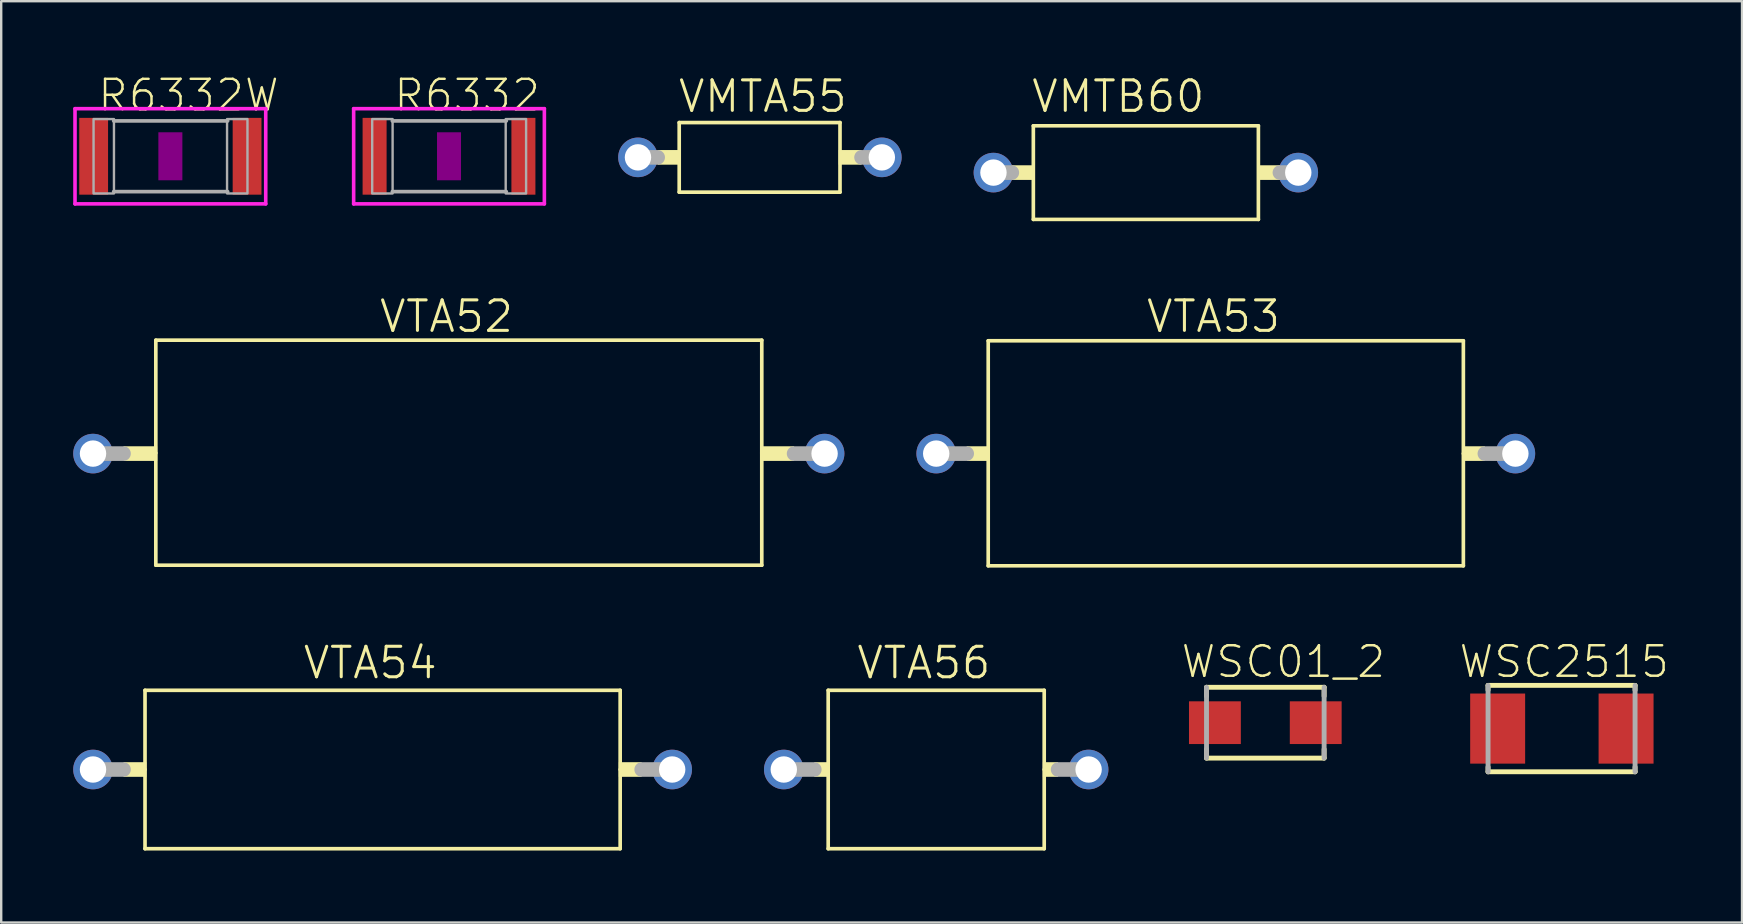
<source format=kicad_pcb>
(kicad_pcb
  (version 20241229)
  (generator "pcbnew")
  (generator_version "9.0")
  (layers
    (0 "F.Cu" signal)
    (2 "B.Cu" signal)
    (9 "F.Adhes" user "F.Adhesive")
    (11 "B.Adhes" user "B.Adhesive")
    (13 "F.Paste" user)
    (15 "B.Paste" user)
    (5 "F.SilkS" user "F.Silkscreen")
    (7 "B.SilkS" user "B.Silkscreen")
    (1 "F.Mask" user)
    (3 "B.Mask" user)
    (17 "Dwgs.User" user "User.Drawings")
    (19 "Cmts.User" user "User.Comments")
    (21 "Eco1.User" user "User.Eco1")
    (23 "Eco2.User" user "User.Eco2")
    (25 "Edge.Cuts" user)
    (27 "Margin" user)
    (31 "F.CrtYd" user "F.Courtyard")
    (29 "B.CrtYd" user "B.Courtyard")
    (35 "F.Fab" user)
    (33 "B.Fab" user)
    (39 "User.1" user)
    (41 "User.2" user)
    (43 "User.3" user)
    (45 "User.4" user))
  (footprint "VTA53"
    (layer "F.Cu")
    (at 48.02 15.848)
    (property "Reference" "VTA53" (at -0.514 -5.715 0) (layer "F.SilkS") (effects (font (size 1.27 1.27) (thickness 0.127))))
    (attr through_hole)
    (fp_line (start -9.898 -4.7) (end -9.898 0) (stroke (width 0.152) (type solid)) (layer "F.SilkS"))
    (fp_line (start -9.898 0) (end -9.898 4.675) (stroke (width 0.152) (type solid)) (layer "F.SilkS"))
    (fp_line (start -9.898 4.675) (end 9.898 4.675) (stroke (width 0.152) (type solid)) (layer "F.SilkS"))
    (fp_line (start 9.898 -4.7) (end -9.898 -4.7) (stroke (width 0.152) (type solid)) (layer "F.SilkS"))
    (fp_line (start 9.898 0) (end 9.898 -4.7) (stroke (width 0.152) (type solid)) (layer "F.SilkS"))
    (fp_line (start 9.898 4.675) (end 9.898 0) (stroke (width 0.152) (type solid)) (layer "F.SilkS"))
    (fp_poly (pts (xy -10.795 -0.305) (xy -9.842 -0.305) (xy -9.842 0.305) (xy -10.795 0.305)) (stroke (width 0) (type solid)) (fill yes) (layer "F.SilkS"))
    (fp_poly (pts (xy 9.842 -0.305) (xy 10.795 -0.305) (xy 10.795 0.305) (xy 9.842 0.305)) (stroke (width 0) (type solid)) (fill yes) (layer "F.SilkS"))
    (fp_line (start -12.065 0) (end -10.795 0) (stroke (width 0.61) (type solid)) (layer "F.Fab"))
    (fp_line (start 10.795 0) (end 12.065 0) (stroke (width 0.61) (type solid)) (layer "F.Fab"))
    (pad "1" thru_hole circle (at -12.065 0) (size 1.65 1.65) (drill 1.1) (layers "*.Cu" "*.Mask"))
    (pad "2" thru_hole circle (at 12.065 0) (size 1.65 1.65) (drill 1.1) (layers "*.Cu" "*.Mask")))
  (footprint "R6332"
    (layer "F.Cu")
    (at 15.657 3.461)
    (property "Reference" "R6332" (at 0.756 -2.54 0) (layer "F.SilkS") (effects (font (size 1.27 1.27) (thickness 0.102))))
    (attr through_hole)
    (fp_poly (pts (xy -0.5 -1) (xy 0.5 -1) (xy 0.5 1) (xy -0.5 1)) (stroke (width 0) (type solid)) (fill yes) (layer "F.Adhes"))
    (fp_line (start -3.973 -1.983) (end 3.973 -1.983) (stroke (width 0.15) (type solid)) (layer "F.CrtYd"))
    (fp_line (start -3.973 1.983) (end -3.973 -1.983) (stroke (width 0.15) (type solid)) (layer "F.CrtYd"))
    (fp_line (start 3.973 -1.983) (end 3.973 1.983) (stroke (width 0.15) (type solid)) (layer "F.CrtYd"))
    (fp_line (start 3.973 1.983) (end -3.973 1.983) (stroke (width 0.15) (type solid)) (layer "F.CrtYd"))
    (fp_line (start -2.362 -1.473) (end 2.387 -1.473) (stroke (width 0.152) (type solid)) (layer "F.Fab"))
    (fp_line (start -2.362 1.473) (end 2.387 1.473) (stroke (width 0.152) (type solid)) (layer "F.Fab"))
    (fp_poly (pts (xy -3.2 -1.551) (xy -2.35 -1.551) (xy -2.35 1.549) (xy -3.2 1.549)) (stroke (width 0.1) (type solid)) (fill no) (layer "F.Fab"))
    (fp_poly (pts (xy 2.362 -1.551) (xy 3.212 -1.551) (xy 3.212 1.549) (xy 2.362 1.549)) (stroke (width 0.1) (type solid)) (fill no) (layer "F.Fab"))
    (pad "1" smd rect (at -3.1 0) (size 1 3.2) (layers "F.Cu" "F.Mask" "F.Paste"))
    (pad "2" smd rect (at 3.1 0) (size 1 3.2) (layers "F.Cu" "F.Mask" "F.Paste")))
  (footprint "VTA52"
    (layer "F.Cu")
    (at 16.065 15.848)
    (property "Reference" "VTA52" (at -0.514 -5.715 0) (layer "F.SilkS") (effects (font (size 1.27 1.27) (thickness 0.127))))
    (attr through_hole)
    (fp_line (start -12.623 -4.725) (end -12.623 -0.025) (stroke (width 0.152) (type solid)) (layer "F.SilkS"))
    (fp_line (start -12.623 -0.025) (end -12.623 4.65) (stroke (width 0.152) (type solid)) (layer "F.SilkS"))
    (fp_line (start -12.623 4.65) (end 12.623 4.65) (stroke (width 0.152) (type solid)) (layer "F.SilkS"))
    (fp_line (start 12.623 -4.725) (end -12.623 -4.725) (stroke (width 0.152) (type solid)) (layer "F.SilkS"))
    (fp_line (start 12.623 -0.025) (end 12.623 -4.725) (stroke (width 0.152) (type solid)) (layer "F.SilkS"))
    (fp_line (start 12.623 4.65) (end 12.623 -0.025) (stroke (width 0.152) (type solid)) (layer "F.SilkS"))
    (fp_poly (pts (xy -13.97 -0.305) (xy -12.568 -0.305) (xy -12.568 0.305) (xy -13.97 0.305)) (stroke (width 0) (type solid)) (fill yes) (layer "F.SilkS"))
    (fp_poly (pts (xy 12.568 -0.305) (xy 13.97 -0.305) (xy 13.97 0.305) (xy 12.568 0.305)) (stroke (width 0) (type solid)) (fill yes) (layer "F.SilkS"))
    (fp_line (start -15.24 0) (end -13.97 0) (stroke (width 0.61) (type solid)) (layer "F.Fab"))
    (fp_line (start 13.97 0) (end 15.24 0) (stroke (width 0.61) (type solid)) (layer "F.Fab"))
    (pad "1" thru_hole circle (at -15.24 0) (size 1.65 1.65) (drill 1.1) (layers "*.Cu" "*.Mask"))
    (pad "2" thru_hole circle (at 15.24 0) (size 1.65 1.65) (drill 1.1) (layers "*.Cu" "*.Mask")))
  (footprint "VMTB60"
    (layer "F.Cu")
    (at 44.69 4.141)
    (property "Reference" "VMTB60" (at -1.149 -3.175 0) (layer "F.SilkS") (effects (font (size 1.27 1.27) (thickness 0.127))))
    (attr through_hole)
    (fp_line (start -4.688 -1.95) (end -4.688 1.95) (stroke (width 0.152) (type solid)) (layer "F.SilkS"))
    (fp_line (start -4.688 1.95) (end 4.688 1.95) (stroke (width 0.152) (type solid)) (layer "F.SilkS"))
    (fp_line (start 4.688 -1.95) (end -4.688 -1.95) (stroke (width 0.152) (type solid)) (layer "F.SilkS"))
    (fp_line (start 4.688 1.95) (end 4.688 -1.95) (stroke (width 0.152) (type solid)) (layer "F.SilkS"))
    (fp_poly (pts (xy -5.585 -0.305) (xy -4.633 -0.305) (xy -4.633 0.305) (xy -5.585 0.305)) (stroke (width 0) (type solid)) (fill yes) (layer "F.SilkS"))
    (fp_poly (pts (xy 4.633 -0.305) (xy 5.585 -0.305) (xy 5.585 0.305) (xy 4.633 0.305)) (stroke (width 0) (type solid)) (fill yes) (layer "F.SilkS"))
    (fp_line (start -6.35 0) (end -5.585 0) (stroke (width 0.61) (type solid)) (layer "F.Fab"))
    (fp_line (start 5.585 0) (end 6.35 0) (stroke (width 0.61) (type solid)) (layer "F.Fab"))
    (pad "1" thru_hole circle (at -6.35 0) (size 1.65 1.65) (drill 1.1) (layers "*.Cu" "*.Mask"))
    (pad "2" thru_hole circle (at 6.35 0) (size 1.65 1.65) (drill 1.1) (layers "*.Cu" "*.Mask")))
  (footprint "R6332W"
    (layer "F.Cu")
    (at 4.048 3.461)
    (property "Reference" "R6332W" (at 0.756 -2.54 0) (layer "F.SilkS") (effects (font (size 1.27 1.27) (thickness 0.102))))
    (attr through_hole)
    (fp_poly (pts (xy -0.5 -1) (xy 0.5 -1) (xy 0.5 1) (xy -0.5 1)) (stroke (width 0) (type solid)) (fill yes) (layer "F.Adhes"))
    (fp_line (start -3.973 -1.983) (end 3.973 -1.983) (stroke (width 0.15) (type solid)) (layer "F.CrtYd"))
    (fp_line (start -3.973 1.983) (end -3.973 -1.983) (stroke (width 0.15) (type solid)) (layer "F.CrtYd"))
    (fp_line (start 3.973 -1.983) (end 3.973 1.983) (stroke (width 0.15) (type solid)) (layer "F.CrtYd"))
    (fp_line (start 3.973 1.983) (end -3.973 1.983) (stroke (width 0.15) (type solid)) (layer "F.CrtYd"))
    (fp_line (start -2.362 -1.473) (end 2.387 -1.473) (stroke (width 0.152) (type solid)) (layer "F.Fab"))
    (fp_line (start -2.362 1.473) (end 2.387 1.473) (stroke (width 0.152) (type solid)) (layer "F.Fab"))
    (fp_poly (pts (xy -3.2 -1.551) (xy -2.35 -1.551) (xy -2.35 1.549) (xy -3.2 1.549)) (stroke (width 0.1) (type solid)) (fill no) (layer "F.Fab"))
    (fp_poly (pts (xy 2.362 -1.551) (xy 3.212 -1.551) (xy 3.212 1.549) (xy 2.362 1.549)) (stroke (width 0.1) (type solid)) (fill no) (layer "F.Fab"))
    (pad "1" smd rect (at -3.196 0) (size 1.2 3.2) (layers "F.Cu" "F.Mask" "F.Paste"))
    (pad "2" smd rect (at 3.196 0) (size 1.2 3.2) (layers "F.Cu" "F.Mask" "F.Paste")))
  (footprint "VMTA55"
    (layer "F.Cu")
    (at 28.61 3.506)
    (property "Reference" "VMTA55" (at 0.121 -2.54 0) (layer "F.SilkS") (effects (font (size 1.27 1.27) (thickness 0.127))))
    (attr through_hole)
    (fp_line (start -3.362 -1.45) (end -3.362 1.45) (stroke (width 0.152) (type solid)) (layer "F.SilkS"))
    (fp_line (start -3.362 1.45) (end 3.337 1.45) (stroke (width 0.152) (type solid)) (layer "F.SilkS"))
    (fp_line (start 3.337 -1.45) (end -3.362 -1.45) (stroke (width 0.152) (type solid)) (layer "F.SilkS"))
    (fp_line (start 3.337 1.45) (end 3.337 -1.45) (stroke (width 0.152) (type solid)) (layer "F.SilkS"))
    (fp_poly (pts (xy -4.26 -0.305) (xy -3.308 -0.305) (xy -3.308 0.305) (xy -4.26 0.305)) (stroke (width 0) (type solid)) (fill yes) (layer "F.SilkS"))
    (fp_poly (pts (xy 3.283 -0.305) (xy 4.235 -0.305) (xy 4.235 0.305) (xy 3.283 0.305)) (stroke (width 0) (type solid)) (fill yes) (layer "F.SilkS"))
    (fp_line (start -5.08 0) (end -4.26 0) (stroke (width 0.61) (type solid)) (layer "F.Fab"))
    (fp_line (start 4.235 0) (end 5.08 0) (stroke (width 0.61) (type solid)) (layer "F.Fab"))
    (pad "1" thru_hole circle (at -5.08 0) (size 1.65 1.65) (drill 1.1) (layers "*.Cu" "*.Mask"))
    (pad "2" thru_hole circle (at 5.08 0) (size 1.65 1.65) (drill 1.1) (layers "*.Cu" "*.Mask")))
  (footprint "VTA56"
    (layer "F.Cu")
    (at 35.955 29.01)
    (property "Reference" "VTA56" (at -0.514 -4.445 0) (layer "F.SilkS") (effects (font (size 1.27 1.27) (thickness 0.127))))
    (attr through_hole)
    (fp_line (start -4.5 -3.3) (end -4.5 0) (stroke (width 0.152) (type solid)) (layer "F.SilkS"))
    (fp_line (start -4.5 0) (end -4.5 3.3) (stroke (width 0.152) (type solid)) (layer "F.SilkS"))
    (fp_line (start -4.5 3.3) (end 4.5 3.3) (stroke (width 0.152) (type solid)) (layer "F.SilkS"))
    (fp_line (start 4.5 -3.3) (end -4.5 -3.3) (stroke (width 0.152) (type solid)) (layer "F.SilkS"))
    (fp_line (start 4.5 0) (end 4.5 -3.3) (stroke (width 0.152) (type solid)) (layer "F.SilkS"))
    (fp_line (start 4.5 3.3) (end 4.5 0) (stroke (width 0.152) (type solid)) (layer "F.SilkS"))
    (fp_poly (pts (xy -5.08 -0.305) (xy -4.445 -0.305) (xy -4.445 0.305) (xy -5.08 0.305)) (stroke (width 0) (type solid)) (fill yes) (layer "F.SilkS"))
    (fp_poly (pts (xy 4.445 -0.305) (xy 5.08 -0.305) (xy 5.08 0.305) (xy 4.445 0.305)) (stroke (width 0) (type solid)) (fill yes) (layer "F.SilkS"))
    (fp_line (start -6.35 0) (end -5.08 0) (stroke (width 0.61) (type solid)) (layer "F.Fab"))
    (fp_line (start 5.08 0) (end 6.35 0) (stroke (width 0.61) (type solid)) (layer "F.Fab"))
    (pad "1" thru_hole circle (at -6.35 0) (size 1.65 1.65) (drill 1.1) (layers "*.Cu" "*.Mask"))
    (pad "2" thru_hole circle (at 6.35 0) (size 1.65 1.65) (drill 1.1) (layers "*.Cu" "*.Mask")))
  (footprint "WSC01_2"
    (layer "F.Cu")
    (at 49.667 27.059)
    (property "Reference" "WSC01_2" (at 0.752 -2.539 0) (layer "F.SilkS") (effects (font (size 1.27 1.27) (thickness 0.102))))
    (attr through_hole)
    (fp_line (start -2.45 -1.475) (end -2.45 -1.106) (stroke (width 0.203) (type solid)) (layer "F.SilkS"))
    (fp_line (start -2.45 1.106) (end -2.45 1.475) (stroke (width 0.203) (type solid)) (layer "F.SilkS"))
    (fp_line (start -2.45 1.475) (end 2.45 1.475) (stroke (width 0.203) (type solid)) (layer "F.SilkS"))
    (fp_line (start 2.45 -1.475) (end -2.45 -1.475) (stroke (width 0.203) (type solid)) (layer "F.SilkS"))
    (fp_line (start 2.45 -1.106) (end 2.45 -1.475) (stroke (width 0.203) (type solid)) (layer "F.SilkS"))
    (fp_line (start 2.45 1.475) (end 2.45 1.106) (stroke (width 0.203) (type solid)) (layer "F.SilkS"))
    (fp_line (start -2.45 -1.475) (end -2.45 1.475) (stroke (width 0.203) (type solid)) (layer "F.Fab"))
    (fp_line (start 2.45 1.475) (end 2.45 -1.475) (stroke (width 0.203) (type solid)) (layer "F.Fab"))
    (pad "1" smd rect (at -2.1 0) (size 2.16 1.78) (layers "F.Cu" "F.Mask" "F.Paste"))
    (pad "2" smd rect (at 2.1 0) (size 2.16 1.78) (layers "F.Cu" "F.Mask" "F.Paste")))
  (footprint "WSC2515"
    (layer "F.Cu")
    (at 62.022 27.305)
    (property "Reference" "WSC2515" (at 0.096 -2.785 0) (layer "F.SilkS") (effects (font (size 1.27 1.27) (thickness 0.102))))
    (attr through_hole)
    (fp_line (start -3.075 -1.8) (end -3.075 -1.606) (stroke (width 0.203) (type solid)) (layer "F.SilkS"))
    (fp_line (start -3.075 1.606) (end -3.075 1.8) (stroke (width 0.203) (type solid)) (layer "F.SilkS"))
    (fp_line (start -3.075 1.8) (end 3.05 1.8) (stroke (width 0.203) (type solid)) (layer "F.SilkS"))
    (fp_line (start 3.05 -1.8) (end -3.075 -1.8) (stroke (width 0.203) (type solid)) (layer "F.SilkS"))
    (fp_line (start 3.05 -1.606) (end 3.05 -1.8) (stroke (width 0.203) (type solid)) (layer "F.SilkS"))
    (fp_line (start 3.05 1.8) (end 3.05 1.606) (stroke (width 0.203) (type solid)) (layer "F.SilkS"))
    (fp_line (start -3.075 -1.8) (end -3.075 1.8) (stroke (width 0.203) (type solid)) (layer "F.Fab"))
    (fp_line (start 3.05 1.8) (end 3.05 -1.8) (stroke (width 0.203) (type solid)) (layer "F.Fab"))
    (pad "1" smd rect (at -2.675 0) (size 2.29 2.92) (layers "F.Cu" "F.Mask" "F.Paste"))
    (pad "2" smd rect (at 2.675 0) (size 2.29 2.92) (layers "F.Cu" "F.Mask" "F.Paste")))
  (footprint "VTA54"
    (layer "F.Cu")
    (at 12.89 29.01)
    (property "Reference" "VTA54" (at -0.514 -4.445 0) (layer "F.SilkS") (effects (font (size 1.27 1.27) (thickness 0.127))))
    (attr through_hole)
    (fp_line (start -9.898 -3.3) (end -9.898 0) (stroke (width 0.152) (type solid)) (layer "F.SilkS"))
    (fp_line (start -9.898 0) (end -9.898 3.3) (stroke (width 0.152) (type solid)) (layer "F.SilkS"))
    (fp_line (start -9.898 3.3) (end 9.898 3.3) (stroke (width 0.152) (type solid)) (layer "F.SilkS"))
    (fp_line (start 9.898 -3.3) (end -9.898 -3.3) (stroke (width 0.152) (type solid)) (layer "F.SilkS"))
    (fp_line (start 9.898 0) (end 9.898 -3.3) (stroke (width 0.152) (type solid)) (layer "F.SilkS"))
    (fp_line (start 9.898 3.3) (end 9.898 0) (stroke (width 0.152) (type solid)) (layer "F.SilkS"))
    (fp_poly (pts (xy -10.795 -0.305) (xy -9.842 -0.305) (xy -9.842 0.305) (xy -10.795 0.305)) (stroke (width 0) (type solid)) (fill yes) (layer "F.SilkS"))
    (fp_poly (pts (xy 9.842 -0.305) (xy 10.795 -0.305) (xy 10.795 0.305) (xy 9.842 0.305)) (stroke (width 0) (type solid)) (fill yes) (layer "F.SilkS"))
    (fp_line (start -12.065 0) (end -10.795 0) (stroke (width 0.61) (type solid)) (layer "F.Fab"))
    (fp_line (start 10.795 0) (end 12.065 0) (stroke (width 0.61) (type solid)) (layer "F.Fab"))
    (pad "1" thru_hole circle (at -12.065 0) (size 1.65 1.65) (drill 1.1) (layers "*.Cu" "*.Mask"))
    (pad "2" thru_hole circle (at 12.065 0) (size 1.65 1.65) (drill 1.1) (layers "*.Cu" "*.Mask")))
  (gr_rect
    (start -3 -3)
    (end 69.528 35.386)
    (stroke (width 0.1) (type default))
    (fill no)
    (layer "Edge.Cuts")))
</source>
